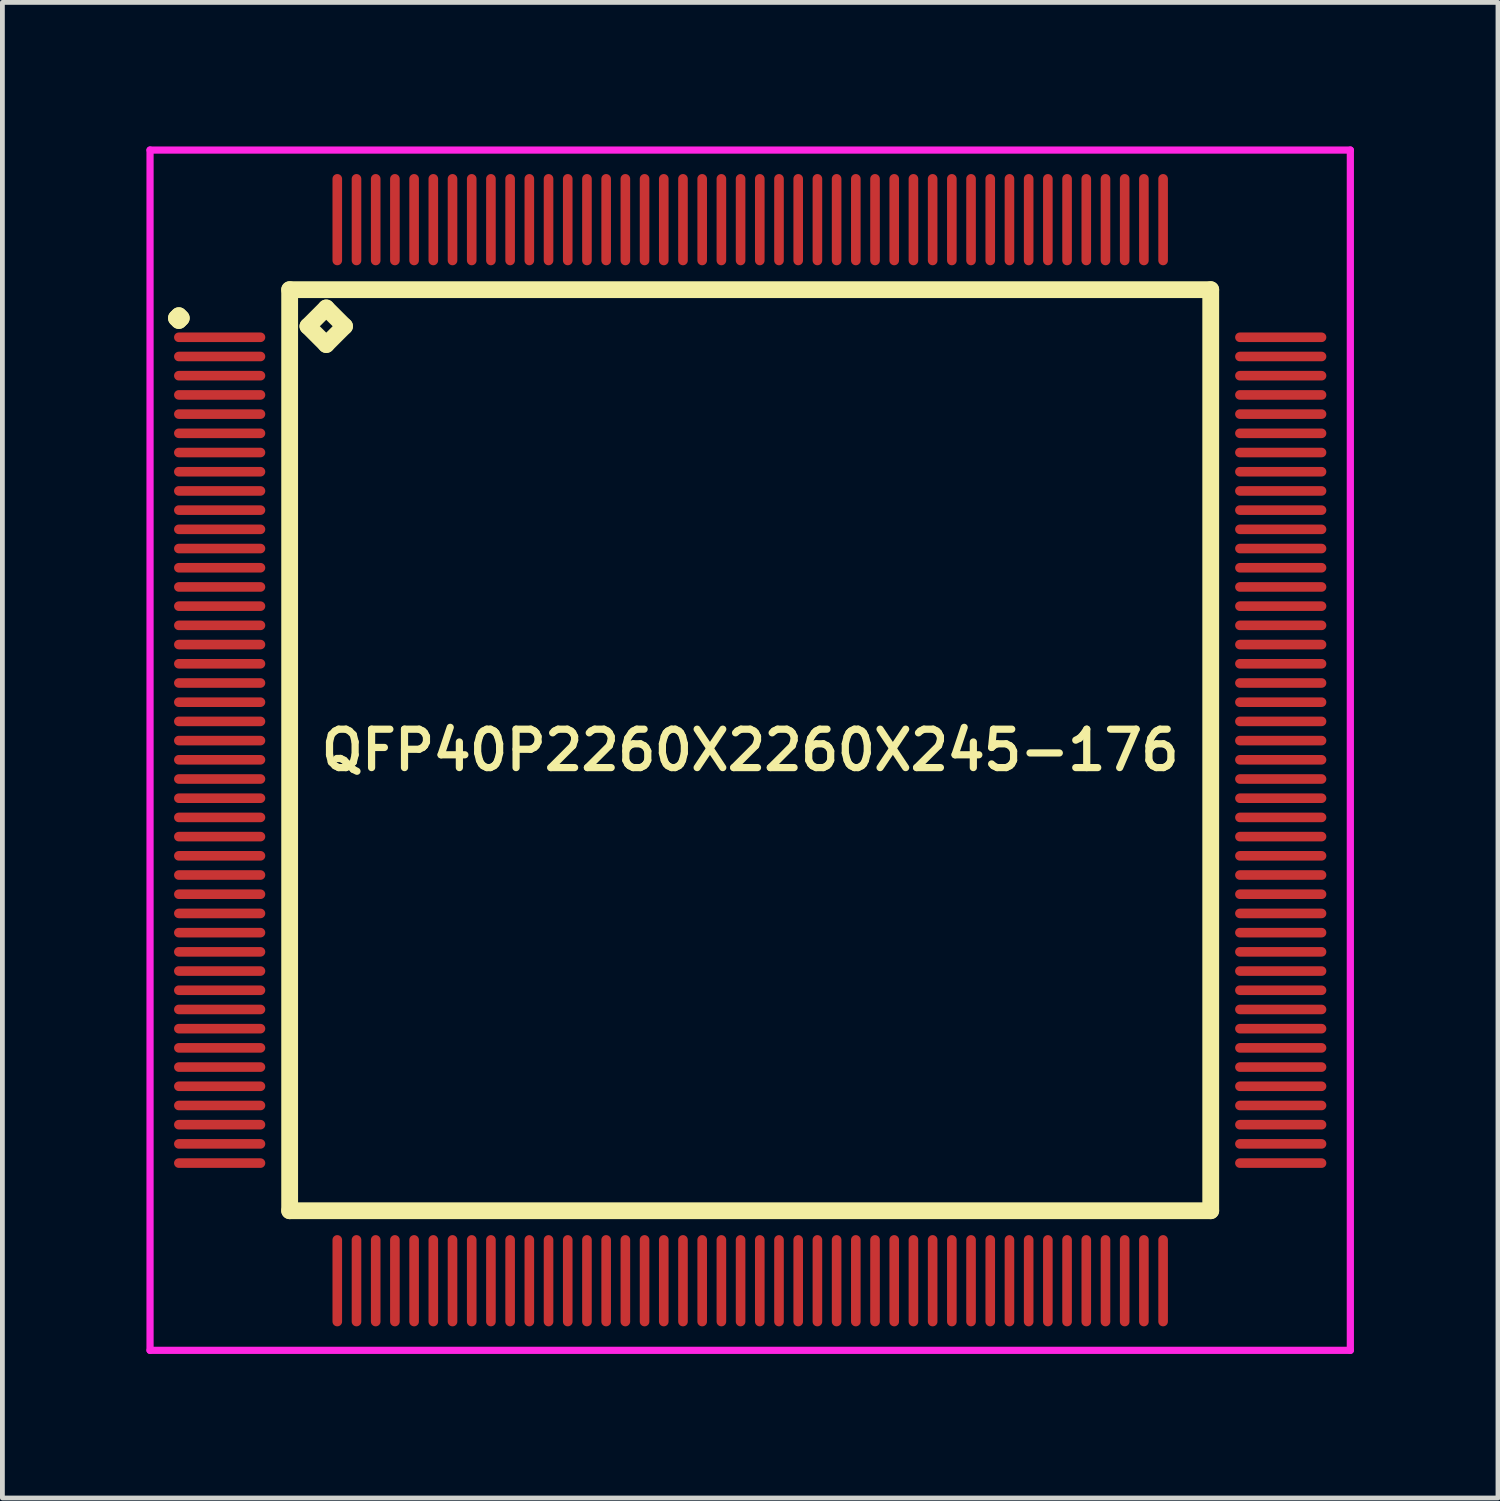
<source format=kicad_pcb>
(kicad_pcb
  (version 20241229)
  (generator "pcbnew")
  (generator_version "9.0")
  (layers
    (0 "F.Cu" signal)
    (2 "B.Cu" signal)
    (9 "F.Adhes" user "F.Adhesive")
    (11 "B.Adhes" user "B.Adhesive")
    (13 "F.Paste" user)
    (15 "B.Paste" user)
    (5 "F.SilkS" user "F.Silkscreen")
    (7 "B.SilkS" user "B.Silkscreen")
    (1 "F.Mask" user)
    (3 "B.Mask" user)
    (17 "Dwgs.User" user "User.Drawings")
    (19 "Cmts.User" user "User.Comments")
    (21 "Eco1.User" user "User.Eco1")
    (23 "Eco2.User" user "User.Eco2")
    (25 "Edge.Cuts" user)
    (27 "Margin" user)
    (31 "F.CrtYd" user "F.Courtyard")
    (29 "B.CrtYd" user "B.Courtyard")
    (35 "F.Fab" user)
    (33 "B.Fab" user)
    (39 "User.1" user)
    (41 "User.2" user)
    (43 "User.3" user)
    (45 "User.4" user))
  (footprint "QFP40P2260X2260X245-176"
    (layer "F.Cu")
    (at 12.575 12.575)
    (property "Reference" "QFP40P2260X2260X245-176" (at 0 0 0) (layer "F.SilkS") (effects (font (size 0.8 0.8) (thickness 0.15))))
    (attr smd)
    (fp_line (start -11.95 -9) (end -11.9 -9.05) (stroke (width 0.35) (type solid)) (layer "F.SilkS"))
    (fp_line (start -11.9 -9.05) (end -11.85 -9) (stroke (width 0.35) (type solid)) (layer "F.SilkS"))
    (fp_line (start -11.9 -8.95) (end -11.95 -9) (stroke (width 0.35) (type solid)) (layer "F.SilkS"))
    (fp_line (start -11.85 -9) (end -11.9 -8.95) (stroke (width 0.35) (type solid)) (layer "F.SilkS"))
    (fp_line (start -9.592 -9.592) (end -9.592 9.592) (stroke (width 0.35) (type solid)) (layer "F.SilkS"))
    (fp_line (start -9.592 9.592) (end 9.592 9.592) (stroke (width 0.35) (type solid)) (layer "F.SilkS"))
    (fp_line (start -9.211 -8.83) (end -8.83 -9.211) (stroke (width 0.35) (type solid)) (layer "F.SilkS"))
    (fp_line (start -8.83 -9.211) (end -8.449 -8.83) (stroke (width 0.35) (type solid)) (layer "F.SilkS"))
    (fp_line (start -8.83 -8.449) (end -9.211 -8.83) (stroke (width 0.35) (type solid)) (layer "F.SilkS"))
    (fp_line (start -8.449 -8.83) (end -8.83 -8.449) (stroke (width 0.35) (type solid)) (layer "F.SilkS"))
    (fp_line (start 9.592 -9.592) (end -9.592 -9.592) (stroke (width 0.35) (type solid)) (layer "F.SilkS"))
    (fp_line (start 9.592 9.592) (end 9.592 -9.592) (stroke (width 0.35) (type solid)) (layer "F.SilkS"))
    (fp_line (start -12.5 -12.5) (end 12.5 -12.5) (stroke (width 0.15) (type solid)) (layer "F.CrtYd"))
    (fp_line (start -12.5 12.5) (end -12.5 -12.5) (stroke (width 0.15) (type solid)) (layer "F.CrtYd"))
    (fp_line (start 12.5 -12.5) (end 12.5 12.5) (stroke (width 0.15) (type solid)) (layer "F.CrtYd"))
    (fp_line (start 12.5 12.5) (end -12.5 12.5) (stroke (width 0.15) (type solid)) (layer "F.CrtYd"))
    (pad "1" smd oval (at -11.05 -8.6) (size 1.9 0.2) (layers "F.Cu" "F.Mask" "F.Paste"))
    (pad "2" smd oval (at -11.05 -8.2) (size 1.9 0.2) (layers "F.Cu" "F.Mask" "F.Paste"))
    (pad "3" smd oval (at -11.05 -7.8) (size 1.9 0.2) (layers "F.Cu" "F.Mask" "F.Paste"))
    (pad "4" smd oval (at -11.05 -7.4) (size 1.9 0.2) (layers "F.Cu" "F.Mask" "F.Paste"))
    (pad "5" smd oval (at -11.05 -7) (size 1.9 0.2) (layers "F.Cu" "F.Mask" "F.Paste"))
    (pad "6" smd oval (at -11.05 -6.6) (size 1.9 0.2) (layers "F.Cu" "F.Mask" "F.Paste"))
    (pad "7" smd oval (at -11.05 -6.2) (size 1.9 0.2) (layers "F.Cu" "F.Mask" "F.Paste"))
    (pad "8" smd oval (at -11.05 -5.8) (size 1.9 0.2) (layers "F.Cu" "F.Mask" "F.Paste"))
    (pad "9" smd oval (at -11.05 -5.4) (size 1.9 0.2) (layers "F.Cu" "F.Mask" "F.Paste"))
    (pad "10" smd oval (at -11.05 -5) (size 1.9 0.2) (layers "F.Cu" "F.Mask" "F.Paste"))
    (pad "11" smd oval (at -11.05 -4.6) (size 1.9 0.2) (layers "F.Cu" "F.Mask" "F.Paste"))
    (pad "12" smd oval (at -11.05 -4.2) (size 1.9 0.2) (layers "F.Cu" "F.Mask" "F.Paste"))
    (pad "13" smd oval (at -11.05 -3.8) (size 1.9 0.2) (layers "F.Cu" "F.Mask" "F.Paste"))
    (pad "14" smd oval (at -11.05 -3.4) (size 1.9 0.2) (layers "F.Cu" "F.Mask" "F.Paste"))
    (pad "15" smd oval (at -11.05 -3) (size 1.9 0.2) (layers "F.Cu" "F.Mask" "F.Paste"))
    (pad "16" smd oval (at -11.05 -2.6) (size 1.9 0.2) (layers "F.Cu" "F.Mask" "F.Paste"))
    (pad "17" smd oval (at -11.05 -2.2) (size 1.9 0.2) (layers "F.Cu" "F.Mask" "F.Paste"))
    (pad "18" smd oval (at -11.05 -1.8) (size 1.9 0.2) (layers "F.Cu" "F.Mask" "F.Paste"))
    (pad "19" smd oval (at -11.05 -1.4) (size 1.9 0.2) (layers "F.Cu" "F.Mask" "F.Paste"))
    (pad "20" smd oval (at -11.05 -1) (size 1.9 0.2) (layers "F.Cu" "F.Mask" "F.Paste"))
    (pad "21" smd oval (at -11.05 -0.6) (size 1.9 0.2) (layers "F.Cu" "F.Mask" "F.Paste"))
    (pad "22" smd oval (at -11.05 -0.2) (size 1.9 0.2) (layers "F.Cu" "F.Mask" "F.Paste"))
    (pad "23" smd oval (at -11.05 0.2) (size 1.9 0.2) (layers "F.Cu" "F.Mask" "F.Paste"))
    (pad "24" smd oval (at -11.05 0.6) (size 1.9 0.2) (layers "F.Cu" "F.Mask" "F.Paste"))
    (pad "25" smd oval (at -11.05 1) (size 1.9 0.2) (layers "F.Cu" "F.Mask" "F.Paste"))
    (pad "26" smd oval (at -11.05 1.4) (size 1.9 0.2) (layers "F.Cu" "F.Mask" "F.Paste"))
    (pad "27" smd oval (at -11.05 1.8) (size 1.9 0.2) (layers "F.Cu" "F.Mask" "F.Paste"))
    (pad "28" smd oval (at -11.05 2.2) (size 1.9 0.2) (layers "F.Cu" "F.Mask" "F.Paste"))
    (pad "29" smd oval (at -11.05 2.6) (size 1.9 0.2) (layers "F.Cu" "F.Mask" "F.Paste"))
    (pad "30" smd oval (at -11.05 3) (size 1.9 0.2) (layers "F.Cu" "F.Mask" "F.Paste"))
    (pad "31" smd oval (at -11.05 3.4) (size 1.9 0.2) (layers "F.Cu" "F.Mask" "F.Paste"))
    (pad "32" smd oval (at -11.05 3.8) (size 1.9 0.2) (layers "F.Cu" "F.Mask" "F.Paste"))
    (pad "33" smd oval (at -11.05 4.2) (size 1.9 0.2) (layers "F.Cu" "F.Mask" "F.Paste"))
    (pad "34" smd oval (at -11.05 4.6) (size 1.9 0.2) (layers "F.Cu" "F.Mask" "F.Paste"))
    (pad "35" smd oval (at -11.05 5) (size 1.9 0.2) (layers "F.Cu" "F.Mask" "F.Paste"))
    (pad "36" smd oval (at -11.05 5.4) (size 1.9 0.2) (layers "F.Cu" "F.Mask" "F.Paste"))
    (pad "37" smd oval (at -11.05 5.8) (size 1.9 0.2) (layers "F.Cu" "F.Mask" "F.Paste"))
    (pad "38" smd oval (at -11.05 6.2) (size 1.9 0.2) (layers "F.Cu" "F.Mask" "F.Paste"))
    (pad "39" smd oval (at -11.05 6.6) (size 1.9 0.2) (layers "F.Cu" "F.Mask" "F.Paste"))
    (pad "40" smd oval (at -11.05 7) (size 1.9 0.2) (layers "F.Cu" "F.Mask" "F.Paste"))
    (pad "41" smd oval (at -11.05 7.4) (size 1.9 0.2) (layers "F.Cu" "F.Mask" "F.Paste"))
    (pad "42" smd oval (at -11.05 7.8) (size 1.9 0.2) (layers "F.Cu" "F.Mask" "F.Paste"))
    (pad "43" smd oval (at -11.05 8.2) (size 1.9 0.2) (layers "F.Cu" "F.Mask" "F.Paste"))
    (pad "44" smd oval (at -11.05 8.6) (size 1.9 0.2) (layers "F.Cu" "F.Mask" "F.Paste"))
    (pad "45" smd oval (at -8.6 11.05) (size 0.2 1.9) (layers "F.Cu" "F.Mask" "F.Paste"))
    (pad "46" smd oval (at -8.2 11.05) (size 0.2 1.9) (layers "F.Cu" "F.Mask" "F.Paste"))
    (pad "47" smd oval (at -7.8 11.05) (size 0.2 1.9) (layers "F.Cu" "F.Mask" "F.Paste"))
    (pad "48" smd oval (at -7.4 11.05) (size 0.2 1.9) (layers "F.Cu" "F.Mask" "F.Paste"))
    (pad "49" smd oval (at -7 11.05) (size 0.2 1.9) (layers "F.Cu" "F.Mask" "F.Paste"))
    (pad "50" smd oval (at -6.6 11.05) (size 0.2 1.9) (layers "F.Cu" "F.Mask" "F.Paste"))
    (pad "51" smd oval (at -6.2 11.05) (size 0.2 1.9) (layers "F.Cu" "F.Mask" "F.Paste"))
    (pad "52" smd oval (at -5.8 11.05) (size 0.2 1.9) (layers "F.Cu" "F.Mask" "F.Paste"))
    (pad "53" smd oval (at -5.4 11.05) (size 0.2 1.9) (layers "F.Cu" "F.Mask" "F.Paste"))
    (pad "54" smd oval (at -5 11.05) (size 0.2 1.9) (layers "F.Cu" "F.Mask" "F.Paste"))
    (pad "55" smd oval (at -4.6 11.05) (size 0.2 1.9) (layers "F.Cu" "F.Mask" "F.Paste"))
    (pad "56" smd oval (at -4.2 11.05) (size 0.2 1.9) (layers "F.Cu" "F.Mask" "F.Paste"))
    (pad "57" smd oval (at -3.8 11.05) (size 0.2 1.9) (layers "F.Cu" "F.Mask" "F.Paste"))
    (pad "58" smd oval (at -3.4 11.05) (size 0.2 1.9) (layers "F.Cu" "F.Mask" "F.Paste"))
    (pad "59" smd oval (at -3 11.05) (size 0.2 1.9) (layers "F.Cu" "F.Mask" "F.Paste"))
    (pad "60" smd oval (at -2.6 11.05) (size 0.2 1.9) (layers "F.Cu" "F.Mask" "F.Paste"))
    (pad "61" smd oval (at -2.2 11.05) (size 0.2 1.9) (layers "F.Cu" "F.Mask" "F.Paste"))
    (pad "62" smd oval (at -1.8 11.05) (size 0.2 1.9) (layers "F.Cu" "F.Mask" "F.Paste"))
    (pad "63" smd oval (at -1.4 11.05) (size 0.2 1.9) (layers "F.Cu" "F.Mask" "F.Paste"))
    (pad "64" smd oval (at -1 11.05) (size 0.2 1.9) (layers "F.Cu" "F.Mask" "F.Paste"))
    (pad "65" smd oval (at -0.6 11.05) (size 0.2 1.9) (layers "F.Cu" "F.Mask" "F.Paste"))
    (pad "66" smd oval (at -0.2 11.05) (size 0.2 1.9) (layers "F.Cu" "F.Mask" "F.Paste"))
    (pad "67" smd oval (at 0.2 11.05) (size 0.2 1.9) (layers "F.Cu" "F.Mask" "F.Paste"))
    (pad "68" smd oval (at 0.6 11.05) (size 0.2 1.9) (layers "F.Cu" "F.Mask" "F.Paste"))
    (pad "69" smd oval (at 1 11.05) (size 0.2 1.9) (layers "F.Cu" "F.Mask" "F.Paste"))
    (pad "70" smd oval (at 1.4 11.05) (size 0.2 1.9) (layers "F.Cu" "F.Mask" "F.Paste"))
    (pad "71" smd oval (at 1.8 11.05) (size 0.2 1.9) (layers "F.Cu" "F.Mask" "F.Paste"))
    (pad "72" smd oval (at 2.2 11.05) (size 0.2 1.9) (layers "F.Cu" "F.Mask" "F.Paste"))
    (pad "73" smd oval (at 2.6 11.05) (size 0.2 1.9) (layers "F.Cu" "F.Mask" "F.Paste"))
    (pad "74" smd oval (at 3 11.05) (size 0.2 1.9) (layers "F.Cu" "F.Mask" "F.Paste"))
    (pad "75" smd oval (at 3.4 11.05) (size 0.2 1.9) (layers "F.Cu" "F.Mask" "F.Paste"))
    (pad "76" smd oval (at 3.8 11.05) (size 0.2 1.9) (layers "F.Cu" "F.Mask" "F.Paste"))
    (pad "77" smd oval (at 4.2 11.05) (size 0.2 1.9) (layers "F.Cu" "F.Mask" "F.Paste"))
    (pad "78" smd oval (at 4.6 11.05) (size 0.2 1.9) (layers "F.Cu" "F.Mask" "F.Paste"))
    (pad "79" smd oval (at 5 11.05) (size 0.2 1.9) (layers "F.Cu" "F.Mask" "F.Paste"))
    (pad "80" smd oval (at 5.4 11.05) (size 0.2 1.9) (layers "F.Cu" "F.Mask" "F.Paste"))
    (pad "81" smd oval (at 5.8 11.05) (size 0.2 1.9) (layers "F.Cu" "F.Mask" "F.Paste"))
    (pad "82" smd oval (at 6.2 11.05) (size 0.2 1.9) (layers "F.Cu" "F.Mask" "F.Paste"))
    (pad "83" smd oval (at 6.6 11.05) (size 0.2 1.9) (layers "F.Cu" "F.Mask" "F.Paste"))
    (pad "84" smd oval (at 7 11.05) (size 0.2 1.9) (layers "F.Cu" "F.Mask" "F.Paste"))
    (pad "85" smd oval (at 7.4 11.05) (size 0.2 1.9) (layers "F.Cu" "F.Mask" "F.Paste"))
    (pad "86" smd oval (at 7.8 11.05) (size 0.2 1.9) (layers "F.Cu" "F.Mask" "F.Paste"))
    (pad "87" smd oval (at 8.2 11.05) (size 0.2 1.9) (layers "F.Cu" "F.Mask" "F.Paste"))
    (pad "88" smd oval (at 8.6 11.05) (size 0.2 1.9) (layers "F.Cu" "F.Mask" "F.Paste"))
    (pad "89" smd oval (at 11.05 8.6) (size 1.9 0.2) (layers "F.Cu" "F.Mask" "F.Paste"))
    (pad "90" smd oval (at 11.05 8.2) (size 1.9 0.2) (layers "F.Cu" "F.Mask" "F.Paste"))
    (pad "91" smd oval (at 11.05 7.8) (size 1.9 0.2) (layers "F.Cu" "F.Mask" "F.Paste"))
    (pad "92" smd oval (at 11.05 7.4) (size 1.9 0.2) (layers "F.Cu" "F.Mask" "F.Paste"))
    (pad "93" smd oval (at 11.05 7) (size 1.9 0.2) (layers "F.Cu" "F.Mask" "F.Paste"))
    (pad "94" smd oval (at 11.05 6.6) (size 1.9 0.2) (layers "F.Cu" "F.Mask" "F.Paste"))
    (pad "95" smd oval (at 11.05 6.2) (size 1.9 0.2) (layers "F.Cu" "F.Mask" "F.Paste"))
    (pad "96" smd oval (at 11.05 5.8) (size 1.9 0.2) (layers "F.Cu" "F.Mask" "F.Paste"))
    (pad "97" smd oval (at 11.05 5.4) (size 1.9 0.2) (layers "F.Cu" "F.Mask" "F.Paste"))
    (pad "98" smd oval (at 11.05 5) (size 1.9 0.2) (layers "F.Cu" "F.Mask" "F.Paste"))
    (pad "99" smd oval (at 11.05 4.6) (size 1.9 0.2) (layers "F.Cu" "F.Mask" "F.Paste"))
    (pad "100" smd oval (at 11.05 4.2) (size 1.9 0.2) (layers "F.Cu" "F.Mask" "F.Paste"))
    (pad "101" smd oval (at 11.05 3.8) (size 1.9 0.2) (layers "F.Cu" "F.Mask" "F.Paste"))
    (pad "102" smd oval (at 11.05 3.4) (size 1.9 0.2) (layers "F.Cu" "F.Mask" "F.Paste"))
    (pad "103" smd oval (at 11.05 3) (size 1.9 0.2) (layers "F.Cu" "F.Mask" "F.Paste"))
    (pad "104" smd oval (at 11.05 2.6) (size 1.9 0.2) (layers "F.Cu" "F.Mask" "F.Paste"))
    (pad "105" smd oval (at 11.05 2.2) (size 1.9 0.2) (layers "F.Cu" "F.Mask" "F.Paste"))
    (pad "106" smd oval (at 11.05 1.8) (size 1.9 0.2) (layers "F.Cu" "F.Mask" "F.Paste"))
    (pad "107" smd oval (at 11.05 1.4) (size 1.9 0.2) (layers "F.Cu" "F.Mask" "F.Paste"))
    (pad "108" smd oval (at 11.05 1) (size 1.9 0.2) (layers "F.Cu" "F.Mask" "F.Paste"))
    (pad "109" smd oval (at 11.05 0.6) (size 1.9 0.2) (layers "F.Cu" "F.Mask" "F.Paste"))
    (pad "110" smd oval (at 11.05 0.2) (size 1.9 0.2) (layers "F.Cu" "F.Mask" "F.Paste"))
    (pad "111" smd oval (at 11.05 -0.2) (size 1.9 0.2) (layers "F.Cu" "F.Mask" "F.Paste"))
    (pad "112" smd oval (at 11.05 -0.6) (size 1.9 0.2) (layers "F.Cu" "F.Mask" "F.Paste"))
    (pad "113" smd oval (at 11.05 -1) (size 1.9 0.2) (layers "F.Cu" "F.Mask" "F.Paste"))
    (pad "114" smd oval (at 11.05 -1.4) (size 1.9 0.2) (layers "F.Cu" "F.Mask" "F.Paste"))
    (pad "115" smd oval (at 11.05 -1.8) (size 1.9 0.2) (layers "F.Cu" "F.Mask" "F.Paste"))
    (pad "116" smd oval (at 11.05 -2.2) (size 1.9 0.2) (layers "F.Cu" "F.Mask" "F.Paste"))
    (pad "117" smd oval (at 11.05 -2.6) (size 1.9 0.2) (layers "F.Cu" "F.Mask" "F.Paste"))
    (pad "118" smd oval (at 11.05 -3) (size 1.9 0.2) (layers "F.Cu" "F.Mask" "F.Paste"))
    (pad "119" smd oval (at 11.05 -3.4) (size 1.9 0.2) (layers "F.Cu" "F.Mask" "F.Paste"))
    (pad "120" smd oval (at 11.05 -3.8) (size 1.9 0.2) (layers "F.Cu" "F.Mask" "F.Paste"))
    (pad "121" smd oval (at 11.05 -4.2) (size 1.9 0.2) (layers "F.Cu" "F.Mask" "F.Paste"))
    (pad "122" smd oval (at 11.05 -4.6) (size 1.9 0.2) (layers "F.Cu" "F.Mask" "F.Paste"))
    (pad "123" smd oval (at 11.05 -5) (size 1.9 0.2) (layers "F.Cu" "F.Mask" "F.Paste"))
    (pad "124" smd oval (at 11.05 -5.4) (size 1.9 0.2) (layers "F.Cu" "F.Mask" "F.Paste"))
    (pad "125" smd oval (at 11.05 -5.8) (size 1.9 0.2) (layers "F.Cu" "F.Mask" "F.Paste"))
    (pad "126" smd oval (at 11.05 -6.2) (size 1.9 0.2) (layers "F.Cu" "F.Mask" "F.Paste"))
    (pad "127" smd oval (at 11.05 -6.6) (size 1.9 0.2) (layers "F.Cu" "F.Mask" "F.Paste"))
    (pad "128" smd oval (at 11.05 -7) (size 1.9 0.2) (layers "F.Cu" "F.Mask" "F.Paste"))
    (pad "129" smd oval (at 11.05 -7.4) (size 1.9 0.2) (layers "F.Cu" "F.Mask" "F.Paste"))
    (pad "130" smd oval (at 11.05 -7.8) (size 1.9 0.2) (layers "F.Cu" "F.Mask" "F.Paste"))
    (pad "131" smd oval (at 11.05 -8.2) (size 1.9 0.2) (layers "F.Cu" "F.Mask" "F.Paste"))
    (pad "132" smd oval (at 11.05 -8.6) (size 1.9 0.2) (layers "F.Cu" "F.Mask" "F.Paste"))
    (pad "133" smd oval (at 8.6 -11.05) (size 0.2 1.9) (layers "F.Cu" "F.Mask" "F.Paste"))
    (pad "134" smd oval (at 8.2 -11.05) (size 0.2 1.9) (layers "F.Cu" "F.Mask" "F.Paste"))
    (pad "135" smd oval (at 7.8 -11.05) (size 0.2 1.9) (layers "F.Cu" "F.Mask" "F.Paste"))
    (pad "136" smd oval (at 7.4 -11.05) (size 0.2 1.9) (layers "F.Cu" "F.Mask" "F.Paste"))
    (pad "137" smd oval (at 7 -11.05) (size 0.2 1.9) (layers "F.Cu" "F.Mask" "F.Paste"))
    (pad "138" smd oval (at 6.6 -11.05) (size 0.2 1.9) (layers "F.Cu" "F.Mask" "F.Paste"))
    (pad "139" smd oval (at 6.2 -11.05) (size 0.2 1.9) (layers "F.Cu" "F.Mask" "F.Paste"))
    (pad "140" smd oval (at 5.8 -11.05) (size 0.2 1.9) (layers "F.Cu" "F.Mask" "F.Paste"))
    (pad "141" smd oval (at 5.4 -11.05) (size 0.2 1.9) (layers "F.Cu" "F.Mask" "F.Paste"))
    (pad "142" smd oval (at 5 -11.05) (size 0.2 1.9) (layers "F.Cu" "F.Mask" "F.Paste"))
    (pad "143" smd oval (at 4.6 -11.05) (size 0.2 1.9) (layers "F.Cu" "F.Mask" "F.Paste"))
    (pad "144" smd oval (at 4.2 -11.05) (size 0.2 1.9) (layers "F.Cu" "F.Mask" "F.Paste"))
    (pad "145" smd oval (at 3.8 -11.05) (size 0.2 1.9) (layers "F.Cu" "F.Mask" "F.Paste"))
    (pad "146" smd oval (at 3.4 -11.05) (size 0.2 1.9) (layers "F.Cu" "F.Mask" "F.Paste"))
    (pad "147" smd oval (at 3 -11.05) (size 0.2 1.9) (layers "F.Cu" "F.Mask" "F.Paste"))
    (pad "148" smd oval (at 2.6 -11.05) (size 0.2 1.9) (layers "F.Cu" "F.Mask" "F.Paste"))
    (pad "149" smd oval (at 2.2 -11.05) (size 0.2 1.9) (layers "F.Cu" "F.Mask" "F.Paste"))
    (pad "150" smd oval (at 1.8 -11.05) (size 0.2 1.9) (layers "F.Cu" "F.Mask" "F.Paste"))
    (pad "151" smd oval (at 1.4 -11.05) (size 0.2 1.9) (layers "F.Cu" "F.Mask" "F.Paste"))
    (pad "152" smd oval (at 1 -11.05) (size 0.2 1.9) (layers "F.Cu" "F.Mask" "F.Paste"))
    (pad "153" smd oval (at 0.6 -11.05) (size 0.2 1.9) (layers "F.Cu" "F.Mask" "F.Paste"))
    (pad "154" smd oval (at 0.2 -11.05) (size 0.2 1.9) (layers "F.Cu" "F.Mask" "F.Paste"))
    (pad "155" smd oval (at -0.2 -11.05) (size 0.2 1.9) (layers "F.Cu" "F.Mask" "F.Paste"))
    (pad "156" smd oval (at -0.6 -11.05) (size 0.2 1.9) (layers "F.Cu" "F.Mask" "F.Paste"))
    (pad "157" smd oval (at -1 -11.05) (size 0.2 1.9) (layers "F.Cu" "F.Mask" "F.Paste"))
    (pad "158" smd oval (at -1.4 -11.05) (size 0.2 1.9) (layers "F.Cu" "F.Mask" "F.Paste"))
    (pad "159" smd oval (at -1.8 -11.05) (size 0.2 1.9) (layers "F.Cu" "F.Mask" "F.Paste"))
    (pad "160" smd oval (at -2.2 -11.05) (size 0.2 1.9) (layers "F.Cu" "F.Mask" "F.Paste"))
    (pad "161" smd oval (at -2.6 -11.05) (size 0.2 1.9) (layers "F.Cu" "F.Mask" "F.Paste"))
    (pad "162" smd oval (at -3 -11.05) (size 0.2 1.9) (layers "F.Cu" "F.Mask" "F.Paste"))
    (pad "163" smd oval (at -3.4 -11.05) (size 0.2 1.9) (layers "F.Cu" "F.Mask" "F.Paste"))
    (pad "164" smd oval (at -3.8 -11.05) (size 0.2 1.9) (layers "F.Cu" "F.Mask" "F.Paste"))
    (pad "165" smd oval (at -4.2 -11.05) (size 0.2 1.9) (layers "F.Cu" "F.Mask" "F.Paste"))
    (pad "166" smd oval (at -4.6 -11.05) (size 0.2 1.9) (layers "F.Cu" "F.Mask" "F.Paste"))
    (pad "167" smd oval (at -5 -11.05) (size 0.2 1.9) (layers "F.Cu" "F.Mask" "F.Paste"))
    (pad "168" smd oval (at -5.4 -11.05) (size 0.2 1.9) (layers "F.Cu" "F.Mask" "F.Paste"))
    (pad "169" smd oval (at -5.8 -11.05) (size 0.2 1.9) (layers "F.Cu" "F.Mask" "F.Paste"))
    (pad "170" smd oval (at -6.2 -11.05) (size 0.2 1.9) (layers "F.Cu" "F.Mask" "F.Paste"))
    (pad "171" smd oval (at -6.6 -11.05) (size 0.2 1.9) (layers "F.Cu" "F.Mask" "F.Paste"))
    (pad "172" smd oval (at -7 -11.05) (size 0.2 1.9) (layers "F.Cu" "F.Mask" "F.Paste"))
    (pad "173" smd oval (at -7.4 -11.05) (size 0.2 1.9) (layers "F.Cu" "F.Mask" "F.Paste"))
    (pad "174" smd oval (at -7.8 -11.05) (size 0.2 1.9) (layers "F.Cu" "F.Mask" "F.Paste"))
    (pad "175" smd oval (at -8.2 -11.05) (size 0.2 1.9) (layers "F.Cu" "F.Mask" "F.Paste"))
    (pad "176" smd oval (at -8.6 -11.05) (size 0.2 1.9) (layers "F.Cu" "F.Mask" "F.Paste")))
  (gr_rect
    (start -3 -3)
    (end 28.15 28.15)
    (stroke (width 0.1) (type default))
    (fill no)
    (layer "Edge.Cuts")))
</source>
